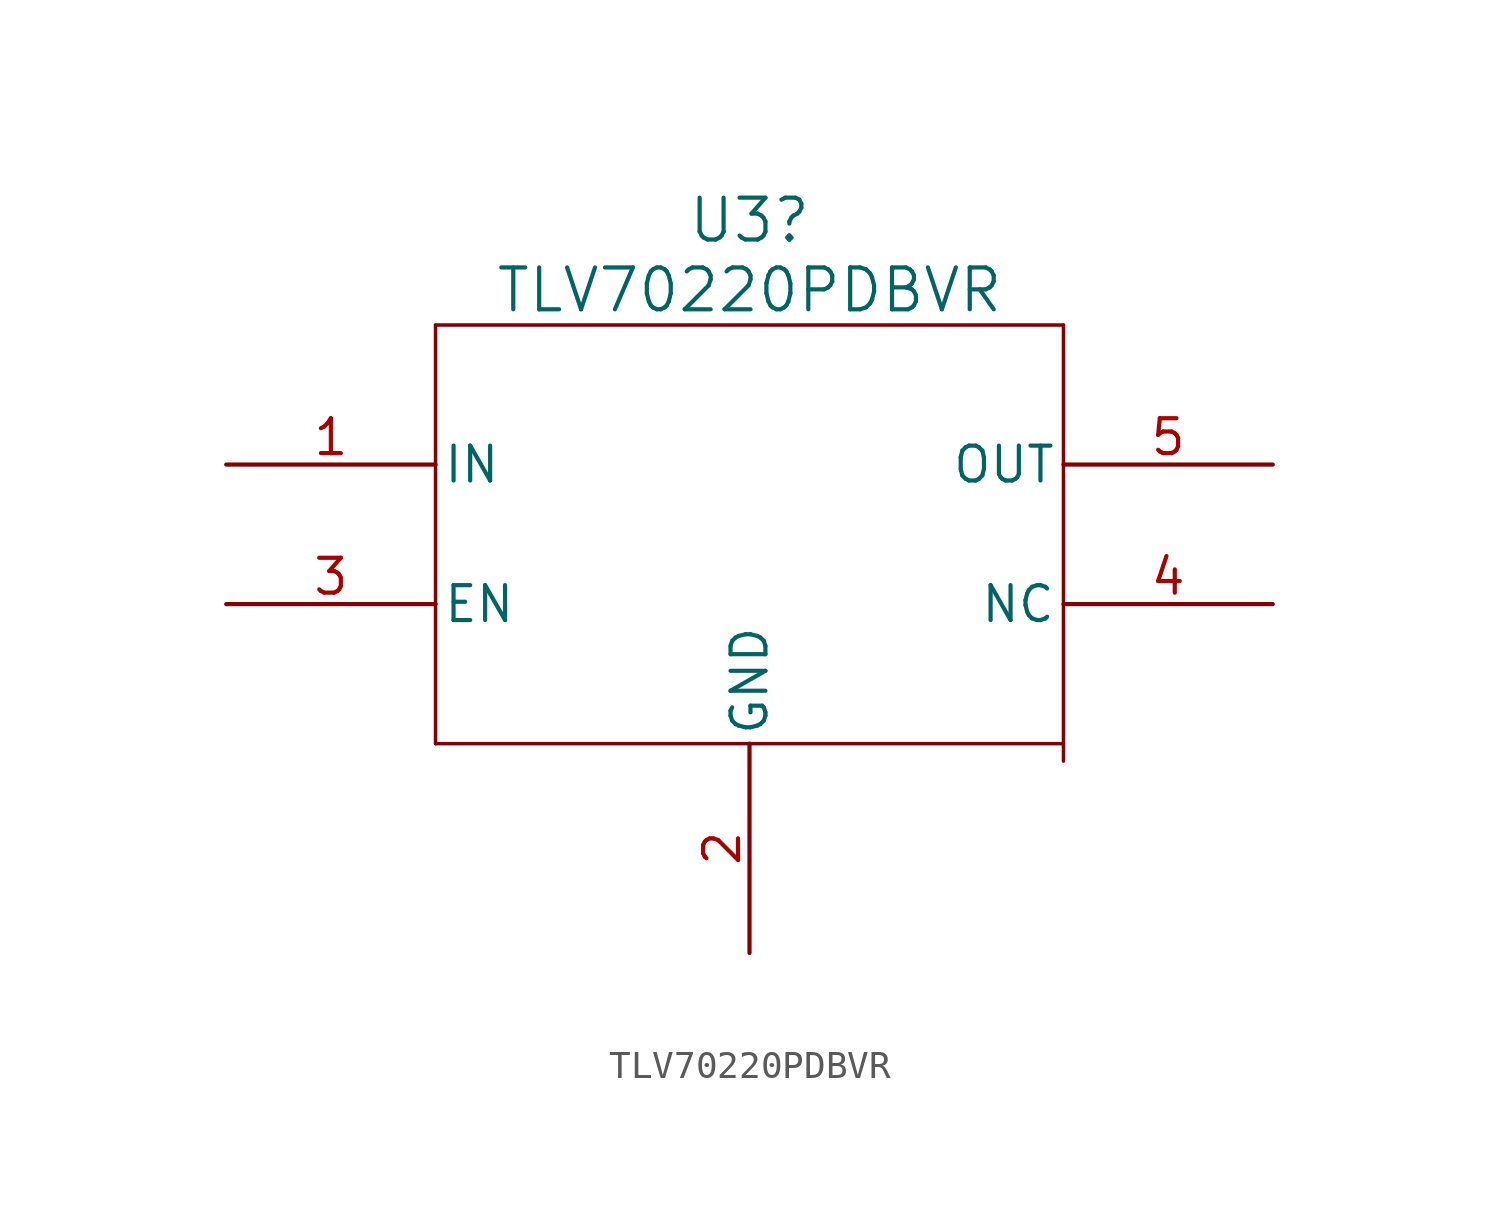
<source format=kicad_sym>
(kicad_symbol_lib
  (version 20241209)
  (generator "kicad_symbol_editor")
  (generator_version "9.0")
  (symbol "TLV70220PDBVR"
    (pin_names
      (offset 0.254))
    (property "Reference" "U3"
      (at 0 11.43 0)
      (effects (font (size 1.524 1.524))))
    (property "Value" "TLV70220PDBVR"
      (at 0 8.89 0)
      (effects (font (size 1.524 1.524))))
    (property "ki_locked" ""
      (at 0 0 0)
      (effects (font (size 1.27 1.27))))
    (symbol "TLV70220PDBVR_0_1"
      (polyline (pts (xy -11.43 7.62) (xy -11.43 -7.62)) (stroke (width 0.127) (type default)) (fill (type none)))
      (polyline (pts (xy -11.43 -7.62) (xy 11.43 -7.62)) (stroke (width 0.127) (type default)) (fill (type none)))
      (polyline (pts (xy 11.43 7.62) (xy -11.43 7.62)) (stroke (width 0.127) (type default)) (fill (type none)))
      (polyline (pts (xy 11.43 -8.255) (xy 11.43 7.62)) (stroke (width 0.127) (type default)) (fill (type none)))
      (pin input line (at -19.05 2.54 0) (length 7.62) (name "IN" (effects (font (size 1.27 1.27)))) (number "1" (effects (font (size 1.27 1.27)))))
      (pin unspecified line (at -19.05 -2.54 0) (length 7.62) (name "EN" (effects (font (size 1.27 1.27)))) (number "3" (effects (font (size 1.27 1.27)))))
      (pin output line (at 19.05 2.54 180) (length 7.62) (name "OUT" (effects (font (size 1.27 1.27)))) (number "5" (effects (font (size 1.27 1.27)))))
      (pin unspecified line (at 19.05 -2.54 180) (length 7.62) (name "NC" (effects (font (size 1.27 1.27)))) (number "4" (effects (font (size 1.27 1.27))))))
    (symbol "TLV70220PDBVR_1_1"
      (pin power_in line (at 0 -15.24 90) (length 7.62) (name "GND" (effects (font (size 1.27 1.27)))) (number "2" (effects (font (size 1.27 1.27))))))))
</source>
